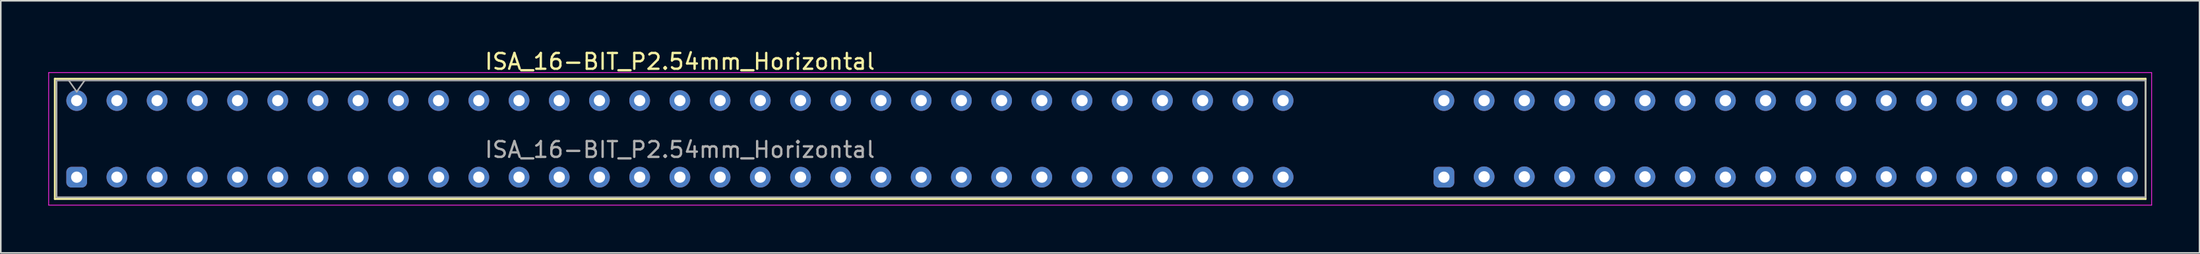
<source format=kicad_pcb>
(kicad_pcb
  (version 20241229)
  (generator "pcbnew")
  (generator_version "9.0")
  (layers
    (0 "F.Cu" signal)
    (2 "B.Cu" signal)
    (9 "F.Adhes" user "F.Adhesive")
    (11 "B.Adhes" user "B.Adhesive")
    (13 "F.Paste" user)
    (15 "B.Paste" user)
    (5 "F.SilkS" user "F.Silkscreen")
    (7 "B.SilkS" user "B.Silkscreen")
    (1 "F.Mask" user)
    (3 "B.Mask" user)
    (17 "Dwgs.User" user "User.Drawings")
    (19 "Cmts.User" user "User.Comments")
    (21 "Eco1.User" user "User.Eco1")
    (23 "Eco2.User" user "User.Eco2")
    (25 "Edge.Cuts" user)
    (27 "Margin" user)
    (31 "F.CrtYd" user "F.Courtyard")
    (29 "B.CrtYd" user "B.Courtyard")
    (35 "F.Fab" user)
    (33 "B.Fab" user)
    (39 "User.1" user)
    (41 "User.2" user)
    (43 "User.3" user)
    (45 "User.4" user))
  (footprint "ISA_16-BIT_P2.54mm_Horizontal"
    (layer "F.Cu")
    (at 1.795 3.318)
    (property "Reference" "ISA_16-BIT_P2.54mm_Horizontal" (at 38.1 -2.47 0) (layer "F.SilkS") (effects (font (size 1 1) (thickness 0.15))))
    (attr through_hole)
    (fp_line (start -1.38 -1.38) (end 130.683 -1.38) (stroke (width 0.12) (type solid)) (layer "F.SilkS"))
    (fp_line (start -1.38 6.231) (end -1.38 -1.38) (stroke (width 0.12) (type solid)) (layer "F.SilkS"))
    (fp_line (start 130.683 -1.38) (end 130.683 6.231) (stroke (width 0.12) (type solid)) (layer "F.SilkS"))
    (fp_line (start 130.683 6.231) (end -1.38 6.231) (stroke (width 0.12) (type solid)) (layer "F.SilkS"))
    (fp_line (start -1.77 -1.77) (end 131.064 -1.77) (stroke (width 0.05) (type solid)) (layer "F.CrtYd"))
    (fp_line (start -1.77 6.621) (end -1.77 -1.77) (stroke (width 0.05) (type solid)) (layer "F.CrtYd"))
    (fp_line (start 131.064 -1.77) (end 131.064 6.621) (stroke (width 0.05) (type solid)) (layer "F.CrtYd"))
    (fp_line (start 131.064 6.621) (end -1.77 6.621) (stroke (width 0.05) (type solid)) (layer "F.CrtYd"))
    (fp_line (start -1.27 -1.27) (end -1.27 6.121) (stroke (width 0.1) (type solid)) (layer "F.Fab"))
    (fp_line (start -1.27 -1.27) (end 130.683 -1.27) (stroke (width 0.1) (type solid)) (layer "F.Fab"))
    (fp_line (start -0.5 -1.27) (end 0 -0.563) (stroke (width 0.1) (type solid)) (layer "F.Fab"))
    (fp_line (start 0 -0.563) (end 0.5 -1.27) (stroke (width 0.1) (type solid)) (layer "F.Fab"))
    (fp_line (start 130.683 -1.27) (end 130.683 6.121) (stroke (width 0.1) (type solid)) (layer "F.Fab"))
    (fp_line (start 130.683 6.121) (end -1.27 6.121) (stroke (width 0.1) (type solid)) (layer "F.Fab"))
    (fp_text user "${REFERENCE}" (at 38.1 3.11 0) (layer "F.Fab") (effects (font (size 1 1) (thickness 0.15))))
    (pad "A1" thru_hole circle (at 0 0) (size 1.31 1.31) (drill 0.71) (layers "*.Cu" "*.Mask"))
    (pad "A2" thru_hole circle (at 2.54 0) (size 1.31 1.31) (drill 0.71) (layers "*.Cu" "*.Mask"))
    (pad "A3" thru_hole circle (at 5.08 0) (size 1.31 1.31) (drill 0.71) (layers "*.Cu" "*.Mask"))
    (pad "A4" thru_hole circle (at 7.62 0) (size 1.31 1.31) (drill 0.71) (layers "*.Cu" "*.Mask"))
    (pad "A5" thru_hole circle (at 10.16 0) (size 1.31 1.31) (drill 0.71) (layers "*.Cu" "*.Mask"))
    (pad "A6" thru_hole circle (at 12.7 0) (size 1.31 1.31) (drill 0.71) (layers "*.Cu" "*.Mask"))
    (pad "A7" thru_hole circle (at 15.24 0) (size 1.31 1.31) (drill 0.71) (layers "*.Cu" "*.Mask"))
    (pad "A8" thru_hole circle (at 17.78 0) (size 1.31 1.31) (drill 0.71) (layers "*.Cu" "*.Mask"))
    (pad "A9" thru_hole circle (at 20.32 0) (size 1.31 1.31) (drill 0.71) (layers "*.Cu" "*.Mask"))
    (pad "A10" thru_hole circle (at 22.86 0) (size 1.31 1.31) (drill 0.71) (layers "*.Cu" "*.Mask"))
    (pad "A11" thru_hole circle (at 25.4 0) (size 1.31 1.31) (drill 0.71) (layers "*.Cu" "*.Mask"))
    (pad "A12" thru_hole circle (at 27.94 0) (size 1.31 1.31) (drill 0.71) (layers "*.Cu" "*.Mask"))
    (pad "A13" thru_hole circle (at 30.48 0) (size 1.31 1.31) (drill 0.71) (layers "*.Cu" "*.Mask"))
    (pad "A14" thru_hole circle (at 33.02 0) (size 1.31 1.31) (drill 0.71) (layers "*.Cu" "*.Mask"))
    (pad "A15" thru_hole circle (at 35.56 0 90) (size 1.31 1.31) (drill 0.71) (layers "*.Cu" "*.Mask"))
    (pad "A16" thru_hole circle (at 38.1 0) (size 1.31 1.31) (drill 0.71) (layers "*.Cu" "*.Mask"))
    (pad "A17" thru_hole circle (at 40.64 0) (size 1.31 1.31) (drill 0.71) (layers "*.Cu" "*.Mask"))
    (pad "A18" thru_hole circle (at 43.18 0) (size 1.31 1.31) (drill 0.71) (layers "*.Cu" "*.Mask"))
    (pad "A19" thru_hole circle (at 45.72 0) (size 1.31 1.31) (drill 0.71) (layers "*.Cu" "*.Mask"))
    (pad "A20" thru_hole circle (at 48.26 0) (size 1.31 1.31) (drill 0.71) (layers "*.Cu" "*.Mask"))
    (pad "A21" thru_hole circle (at 50.8 0) (size 1.31 1.31) (drill 0.71) (layers "*.Cu" "*.Mask"))
    (pad "A22" thru_hole circle (at 53.34 0) (size 1.31 1.31) (drill 0.71) (layers "*.Cu" "*.Mask"))
    (pad "A23" thru_hole circle (at 55.88 0) (size 1.31 1.31) (drill 0.71) (layers "*.Cu" "*.Mask"))
    (pad "A24" thru_hole circle (at 58.42 0) (size 1.31 1.31) (drill 0.71) (layers "*.Cu" "*.Mask"))
    (pad "A25" thru_hole circle (at 60.96 0) (size 1.31 1.31) (drill 0.71) (layers "*.Cu" "*.Mask"))
    (pad "A26" thru_hole circle (at 63.5 0) (size 1.31 1.31) (drill 0.71) (layers "*.Cu" "*.Mask"))
    (pad "A27" thru_hole circle (at 66.04 0) (size 1.31 1.31) (drill 0.71) (layers "*.Cu" "*.Mask"))
    (pad "A28" thru_hole circle (at 68.58 0) (size 1.31 1.31) (drill 0.71) (layers "*.Cu" "*.Mask"))
    (pad "A29" thru_hole circle (at 71.12 0) (size 1.31 1.31) (drill 0.71) (layers "*.Cu" "*.Mask"))
    (pad "A30" thru_hole circle (at 73.66 0) (size 1.31 1.31) (drill 0.71) (layers "*.Cu" "*.Mask"))
    (pad "A31" thru_hole circle (at 76.2 0) (size 1.31 1.31) (drill 0.71) (layers "*.Cu" "*.Mask"))
    (pad "B1" thru_hole roundrect (at 0 4.851) (size 1.31 1.31) (drill 0.71) (layers "*.Cu" "*.Mask") (roundrect_rratio 0.25))
    (pad "B2" thru_hole circle (at 2.54 4.85) (size 1.31 1.31) (drill 0.71) (layers "*.Cu" "*.Mask"))
    (pad "B3" thru_hole circle (at 5.08 4.851) (size 1.31 1.31) (drill 0.71) (layers "*.Cu" "*.Mask"))
    (pad "B4" thru_hole circle (at 7.62 4.851) (size 1.31 1.31) (drill 0.71) (layers "*.Cu" "*.Mask"))
    (pad "B5" thru_hole circle (at 10.16 4.851) (size 1.31 1.31) (drill 0.71) (layers "*.Cu" "*.Mask"))
    (pad "B6" thru_hole circle (at 12.7 4.851) (size 1.31 1.31) (drill 0.71) (layers "*.Cu" "*.Mask"))
    (pad "B7" thru_hole circle (at 15.24 4.851) (size 1.31 1.31) (drill 0.71) (layers "*.Cu" "*.Mask"))
    (pad "B8" thru_hole circle (at 17.78 4.851) (size 1.31 1.31) (drill 0.71) (layers "*.Cu" "*.Mask"))
    (pad "B9" thru_hole circle (at 20.32 4.851) (size 1.31 1.31) (drill 0.71) (layers "*.Cu" "*.Mask"))
    (pad "B10" thru_hole circle (at 22.86 4.851) (size 1.31 1.31) (drill 0.71) (layers "*.Cu" "*.Mask"))
    (pad "B11" thru_hole circle (at 25.4 4.851) (size 1.31 1.31) (drill 0.71) (layers "*.Cu" "*.Mask"))
    (pad "B12" thru_hole circle (at 27.94 4.851) (size 1.31 1.31) (drill 0.71) (layers "*.Cu" "*.Mask"))
    (pad "B13" thru_hole circle (at 30.48 4.851) (size 1.31 1.31) (drill 0.71) (layers "*.Cu" "*.Mask"))
    (pad "B14" thru_hole circle (at 33.02 4.851) (size 1.31 1.31) (drill 0.71) (layers "*.Cu" "*.Mask"))
    (pad "B15" thru_hole circle (at 35.56 4.851) (size 1.31 1.31) (drill 0.71) (layers "*.Cu" "*.Mask"))
    (pad "B16" thru_hole circle (at 38.1 4.851) (size 1.31 1.31) (drill 0.71) (layers "*.Cu" "*.Mask"))
    (pad "B17" thru_hole circle (at 40.64 4.851) (size 1.31 1.31) (drill 0.71) (layers "*.Cu" "*.Mask"))
    (pad "B18" thru_hole circle (at 43.18 4.851) (size 1.31 1.31) (drill 0.71) (layers "*.Cu" "*.Mask"))
    (pad "B19" thru_hole circle (at 45.72 4.851) (size 1.31 1.31) (drill 0.71) (layers "*.Cu" "*.Mask"))
    (pad "B20" thru_hole circle (at 48.26 4.851) (size 1.31 1.31) (drill 0.71) (layers "*.Cu" "*.Mask"))
    (pad "B21" thru_hole circle (at 50.8 4.851) (size 1.31 1.31) (drill 0.71) (layers "*.Cu" "*.Mask"))
    (pad "B22" thru_hole circle (at 53.34 4.851) (size 1.31 1.31) (drill 0.71) (layers "*.Cu" "*.Mask"))
    (pad "B23" thru_hole circle (at 55.88 4.851) (size 1.31 1.31) (drill 0.71) (layers "*.Cu" "*.Mask"))
    (pad "B24" thru_hole circle (at 58.42 4.851) (size 1.31 1.31) (drill 0.71) (layers "*.Cu" "*.Mask"))
    (pad "B25" thru_hole circle (at 60.96 4.851) (size 1.31 1.31) (drill 0.71) (layers "*.Cu" "*.Mask"))
    (pad "B26" thru_hole circle (at 63.5 4.851) (size 1.31 1.31) (drill 0.71) (layers "*.Cu" "*.Mask"))
    (pad "B27" thru_hole circle (at 66.04 4.851) (size 1.31 1.31) (drill 0.71) (layers "*.Cu" "*.Mask"))
    (pad "B28" thru_hole circle (at 68.58 4.851) (size 1.31 1.31) (drill 0.71) (layers "*.Cu" "*.Mask"))
    (pad "B29" thru_hole circle (at 71.12 4.851) (size 1.31 1.31) (drill 0.71) (layers "*.Cu" "*.Mask"))
    (pad "B30" thru_hole circle (at 73.66 4.851) (size 1.31 1.31) (drill 0.71) (layers "*.Cu" "*.Mask"))
    (pad "B31" thru_hole circle (at 76.2 4.851) (size 1.31 1.31) (drill 0.71) (layers "*.Cu" "*.Mask"))
    (pad "C1" thru_hole circle (at 86.36 0) (size 1.31 1.31) (drill 0.71) (layers "*.Cu" "*.Mask"))
    (pad "C2" thru_hole circle (at 88.9 0) (size 1.31 1.31) (drill 0.71) (layers "*.Cu" "*.Mask"))
    (pad "C3" thru_hole circle (at 91.44 0) (size 1.31 1.31) (drill 0.71) (layers "*.Cu" "*.Mask"))
    (pad "C4" thru_hole circle (at 93.98 0) (size 1.31 1.31) (drill 0.71) (layers "*.Cu" "*.Mask"))
    (pad "C5" thru_hole circle (at 96.52 0) (size 1.31 1.31) (drill 0.71) (layers "*.Cu" "*.Mask"))
    (pad "C6" thru_hole circle (at 99.06 0) (size 1.31 1.31) (drill 0.71) (layers "*.Cu" "*.Mask"))
    (pad "C7" thru_hole circle (at 101.6 0) (size 1.31 1.31) (drill 0.71) (layers "*.Cu" "*.Mask"))
    (pad "C8" thru_hole circle (at 104.14 0) (size 1.31 1.31) (drill 0.71) (layers "*.Cu" "*.Mask"))
    (pad "C9" thru_hole circle (at 106.68 0) (size 1.31 1.31) (drill 0.71) (layers "*.Cu" "*.Mask"))
    (pad "C10" thru_hole circle (at 109.22 0) (size 1.31 1.31) (drill 0.71) (layers "*.Cu" "*.Mask"))
    (pad "C11" thru_hole circle (at 111.76 0) (size 1.31 1.31) (drill 0.71) (layers "*.Cu" "*.Mask"))
    (pad "C12" thru_hole circle (at 114.3 0) (size 1.31 1.31) (drill 0.71) (layers "*.Cu" "*.Mask"))
    (pad "C13" thru_hole circle (at 116.84 0) (size 1.31 1.31) (drill 0.71) (layers "*.Cu" "*.Mask"))
    (pad "C14" thru_hole circle (at 119.38 0) (size 1.31 1.31) (drill 0.71) (layers "*.Cu" "*.Mask"))
    (pad "C15" thru_hole circle (at 121.92 0) (size 1.31 1.31) (drill 0.71) (layers "*.Cu" "*.Mask"))
    (pad "C16" thru_hole circle (at 124.46 0) (size 1.31 1.31) (drill 0.71) (layers "*.Cu" "*.Mask"))
    (pad "C17" thru_hole circle (at 127 0) (size 1.31 1.31) (drill 0.71) (layers "*.Cu" "*.Mask"))
    (pad "C18" thru_hole circle (at 129.54 0) (size 1.31 1.31) (drill 0.71) (layers "*.Cu" "*.Mask"))
    (pad "D1" thru_hole roundrect (at 86.36 4.851) (size 1.31 1.31) (drill 0.71) (layers "*.Cu" "*.Mask") (roundrect_rratio 0.25))
    (pad "D2" thru_hole circle (at 88.9 4.826) (size 1.31 1.31) (drill 0.71) (layers "*.Cu" "*.Mask"))
    (pad "D3" thru_hole circle (at 91.44 4.826) (size 1.31 1.31) (drill 0.71) (layers "*.Cu" "*.Mask"))
    (pad "D4" thru_hole circle (at 93.98 4.826) (size 1.31 1.31) (drill 0.71) (layers "*.Cu" "*.Mask"))
    (pad "D5" thru_hole circle (at 96.52 4.826) (size 1.31 1.31) (drill 0.71) (layers "*.Cu" "*.Mask"))
    (pad "D6" thru_hole circle (at 99.06 4.826) (size 1.31 1.31) (drill 0.71) (layers "*.Cu" "*.Mask"))
    (pad "D7" thru_hole circle (at 101.6 4.826) (size 1.31 1.31) (drill 0.71) (layers "*.Cu" "*.Mask"))
    (pad "D8" thru_hole circle (at 104.14 4.851) (size 1.31 1.31) (drill 0.71) (layers "*.Cu" "*.Mask"))
    (pad "D9" thru_hole circle (at 106.68 4.826) (size 1.31 1.31) (drill 0.71) (layers "*.Cu" "*.Mask"))
    (pad "D10" thru_hole circle (at 109.22 4.826) (size 1.31 1.31) (drill 0.71) (layers "*.Cu" "*.Mask"))
    (pad "D11" thru_hole circle (at 111.76 4.826) (size 1.31 1.31) (drill 0.71) (layers "*.Cu" "*.Mask"))
    (pad "D12" thru_hole circle (at 114.3 4.826) (size 1.31 1.31) (drill 0.71) (layers "*.Cu" "*.Mask"))
    (pad "D13" thru_hole circle (at 116.84 4.826) (size 1.31 1.31) (drill 0.71) (layers "*.Cu" "*.Mask"))
    (pad "D14" thru_hole circle (at 119.38 4.851) (size 1.31 1.31) (drill 0.71) (layers "*.Cu" "*.Mask"))
    (pad "D15" thru_hole circle (at 121.92 4.826) (size 1.31 1.31) (drill 0.71) (layers "*.Cu" "*.Mask"))
    (pad "D16" thru_hole circle (at 124.46 4.851) (size 1.31 1.31) (drill 0.71) (layers "*.Cu" "*.Mask"))
    (pad "D17" thru_hole circle (at 127 4.851) (size 1.31 1.31) (drill 0.71) (layers "*.Cu" "*.Mask"))
    (pad "D18" thru_hole circle (at 129.54 4.851) (size 1.31 1.31) (drill 0.71) (layers "*.Cu" "*.Mask")))
  (gr_rect
    (start -3 -3)
    (end 135.884 12.965)
    (stroke (width 0.1) (type default))
    (fill no)
    (layer "Edge.Cuts")))
</source>
